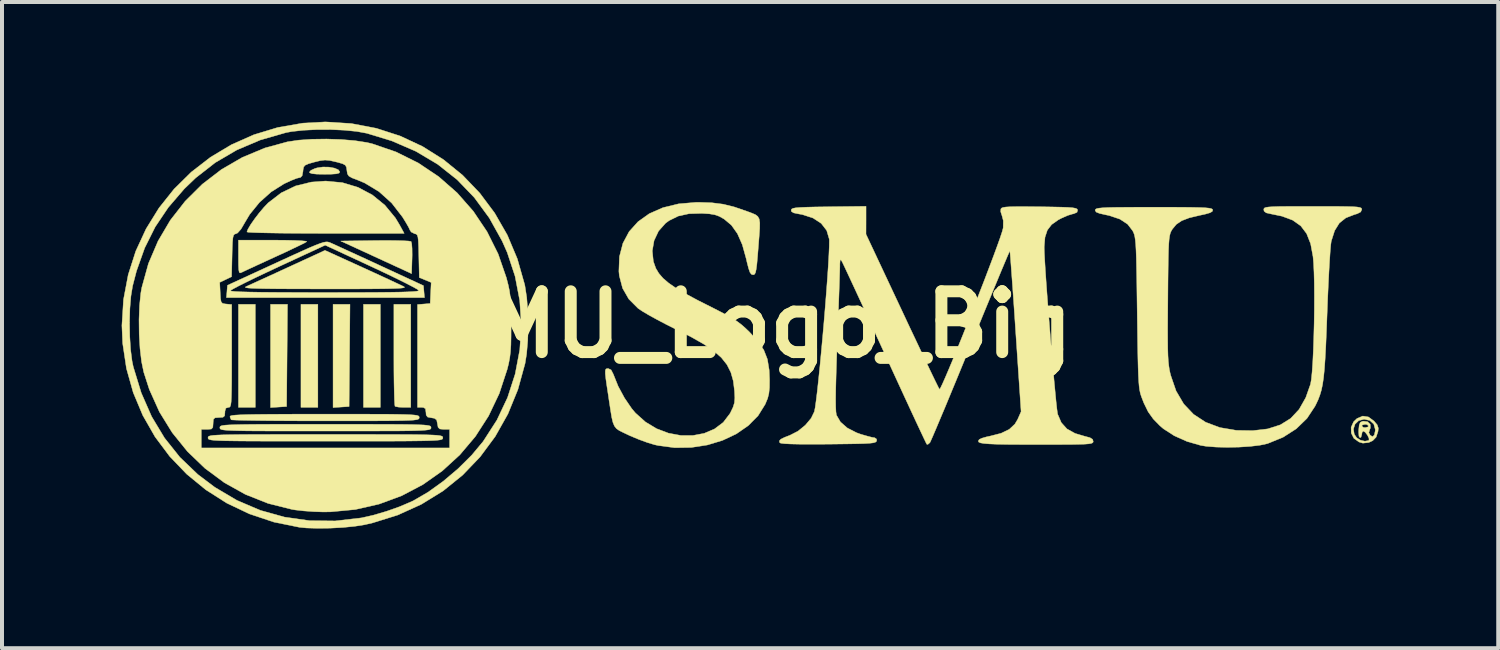
<source format=kicad_pcb>
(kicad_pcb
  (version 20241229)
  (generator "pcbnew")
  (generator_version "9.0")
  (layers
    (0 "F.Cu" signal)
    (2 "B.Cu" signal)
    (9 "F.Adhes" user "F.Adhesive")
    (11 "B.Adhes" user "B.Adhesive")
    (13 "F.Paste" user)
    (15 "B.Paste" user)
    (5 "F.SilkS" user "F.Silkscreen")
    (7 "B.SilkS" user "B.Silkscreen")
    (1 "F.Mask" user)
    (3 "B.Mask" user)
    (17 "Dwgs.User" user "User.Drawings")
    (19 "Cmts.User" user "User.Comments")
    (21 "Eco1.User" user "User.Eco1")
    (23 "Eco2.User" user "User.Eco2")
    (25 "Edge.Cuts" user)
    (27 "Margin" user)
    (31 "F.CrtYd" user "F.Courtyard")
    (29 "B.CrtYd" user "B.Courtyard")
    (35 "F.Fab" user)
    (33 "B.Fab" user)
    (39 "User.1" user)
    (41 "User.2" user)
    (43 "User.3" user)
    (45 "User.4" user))
  (footprint "SMU_Logo_Big"
    (layer "F.Cu")
    (at 15.753 5.085)
    (property "Reference" "SMU_Logo_Big" (at 0 0 0) (layer "F.SilkS") (effects (font (size 1.524 1.524) (thickness 0.3))))
    (attr through_hole)
    (fp_poly (pts (xy -12.404 2.074) (xy -12.827 2.074) (xy -12.827 -0.508) (xy -12.404 -0.508) (xy -12.404 2.074)) (stroke (width 0.01) (type solid)) (fill yes) (layer "F.SilkS"))
    (fp_poly (pts (xy -10.837 2.074) (xy -11.261 2.074) (xy -11.261 -0.508) (xy -10.837 -0.508) (xy -10.837 2.074)) (stroke (width 0.01) (type solid)) (fill yes) (layer "F.SilkS"))
    (fp_poly (pts (xy -9.271 2.074) (xy -9.694 2.074) (xy -9.694 -0.508) (xy -9.271 -0.508) (xy -9.271 2.074)) (stroke (width 0.01) (type solid)) (fill yes) (layer "F.SilkS"))
    (fp_poly (pts (xy -11.62 2.053) (xy -11.822 2.066) (xy -12.023 2.079) (xy -12.023 -0.508) (xy -11.598 -0.508) (xy -11.62 2.053)) (stroke (width 0.01) (type solid)) (fill yes) (layer "F.SilkS"))
    (fp_poly (pts (xy -10.054 2.053) (xy -10.255 2.066) (xy -10.456 2.079) (xy -10.456 -0.508) (xy -10.032 -0.508) (xy -10.054 2.053)) (stroke (width 0.01) (type solid)) (fill yes) (layer "F.SilkS"))
    (fp_poly (pts (xy -8.903 -2.107) (xy -8.71 -2.102) (xy -8.573 -2.095) (xy -8.504 -2.085) (xy -8.5 -2.082) (xy -8.485 -2.026) (xy -8.476 -1.907) (xy -8.474 -1.745) (xy -8.476 -1.661) (xy -8.488 -1.277) (xy -10.264 -2.095) (xy -9.4 -2.107) (xy -9.137 -2.109) (xy -8.903 -2.107)) (stroke (width 0.01) (type solid)) (fill yes) (layer "F.SilkS"))
    (fp_poly (pts (xy -8.509 2.074) (xy -8.692 2.074) (xy -8.811 2.068) (xy -8.891 2.053) (xy -8.904 2.046) (xy -8.911 1.998) (xy -8.918 1.876) (xy -8.923 1.691) (xy -8.928 1.453) (xy -8.931 1.174) (xy -8.932 0.863) (xy -8.932 0.755) (xy -8.932 -0.508) (xy -8.509 -0.508) (xy -8.509 2.074)) (stroke (width 0.01) (type solid)) (fill yes) (layer "F.SilkS"))
    (fp_poly (pts (xy -10.558 -3.947) (xy -10.421 -3.922) (xy -10.323 -3.88) (xy -10.287 -3.826) (xy -10.306 -3.797) (xy -10.373 -3.779) (xy -10.499 -3.77) (xy -10.668 -3.768) (xy -10.862 -3.771) (xy -10.982 -3.783) (xy -11.04 -3.804) (xy -11.049 -3.822) (xy -11.012 -3.865) (xy -10.918 -3.909) (xy -10.857 -3.928) (xy -10.711 -3.95) (xy -10.558 -3.947)) (stroke (width 0.01) (type solid)) (fill yes) (layer "F.SilkS"))
    (fp_poly (pts (xy -11.668 -2.115) (xy -11.434 -2.11) (xy -11.258 -2.102) (xy -11.148 -2.092) (xy -11.114 -2.08) (xy -11.115 -2.079) (xy -11.164 -2.05) (xy -11.278 -1.993) (xy -11.445 -1.913) (xy -11.651 -1.815) (xy -11.884 -1.708) (xy -11.917 -1.693) (xy -12.156 -1.583) (xy -12.372 -1.484) (xy -12.551 -1.401) (xy -12.682 -1.34) (xy -12.75 -1.307) (xy -12.753 -1.306) (xy -12.787 -1.295) (xy -12.808 -1.313) (xy -12.82 -1.374) (xy -12.826 -1.491) (xy -12.827 -1.679) (xy -12.827 -1.692) (xy -12.827 -2.117) (xy -11.951 -2.117) (xy -11.668 -2.115)) (stroke (width 0.01) (type solid)) (fill yes) (layer "F.SilkS"))
    (fp_poly (pts (xy -10.222 -3.558) (xy -9.83 -3.44) (xy -9.472 -3.25) (xy -9.157 -2.993) (xy -8.894 -2.674) (xy -8.791 -2.502) (xy -8.673 -2.286) (xy -10.644 -2.286) (xy -11.044 -2.287) (xy -11.416 -2.289) (xy -11.753 -2.292) (xy -12.046 -2.297) (xy -12.287 -2.302) (xy -12.468 -2.308) (xy -12.58 -2.315) (xy -12.615 -2.322) (xy -12.589 -2.392) (xy -12.52 -2.508) (xy -12.421 -2.65) (xy -12.306 -2.8) (xy -12.188 -2.94) (xy -12.081 -3.052) (xy -12.077 -3.055) (xy -11.754 -3.303) (xy -11.396 -3.475) (xy -11.001 -3.572) (xy -10.641 -3.598) (xy -10.222 -3.558)) (stroke (width 0.01) (type solid)) (fill yes) (layer "F.SilkS"))
    (fp_poly (pts (xy -9.721 -1.434) (xy -9.454 -1.312) (xy -9.208 -1.199) (xy -8.995 -1.1) (xy -8.826 -1.021) (xy -8.715 -0.968) (xy -8.678 -0.95) (xy -8.664 -0.936) (xy -8.678 -0.926) (xy -8.726 -0.917) (xy -8.814 -0.909) (xy -8.949 -0.904) (xy -9.136 -0.9) (xy -9.382 -0.897) (xy -9.692 -0.895) (xy -10.074 -0.894) (xy -10.532 -0.894) (xy -10.668 -0.894) (xy -11.147 -0.895) (xy -11.548 -0.896) (xy -11.876 -0.898) (xy -12.137 -0.901) (xy -12.338 -0.905) (xy -12.484 -0.91) (xy -12.582 -0.917) (xy -12.637 -0.926) (xy -12.656 -0.936) (xy -12.645 -0.949) (xy -12.636 -0.952) (xy -12.563 -0.986) (xy -12.425 -1.049) (xy -12.235 -1.136) (xy -12.005 -1.241) (xy -11.749 -1.359) (xy -11.584 -1.435) (xy -10.659 -1.861) (xy -9.721 -1.434)) (stroke (width 0.01) (type solid)) (fill yes) (layer "F.SilkS"))
    (fp_poly (pts (xy -10.161 2.244) (xy -9.731 2.244) (xy -9.373 2.245) (xy -9.081 2.246) (xy -8.847 2.249) (xy -8.664 2.253) (xy -8.528 2.258) (xy -8.43 2.265) (xy -8.365 2.273) (xy -8.325 2.284) (xy -8.305 2.298) (xy -8.298 2.313) (xy -8.297 2.328) (xy -8.299 2.347) (xy -8.308 2.362) (xy -8.332 2.375) (xy -8.376 2.385) (xy -8.447 2.394) (xy -8.553 2.4) (xy -8.699 2.405) (xy -8.891 2.408) (xy -9.138 2.411) (xy -9.445 2.412) (xy -9.818 2.413) (xy -10.265 2.413) (xy -10.64 2.413) (xy -11.077 2.413) (xy -11.489 2.411) (xy -11.868 2.409) (xy -12.206 2.406) (xy -12.494 2.402) (xy -12.727 2.398) (xy -12.895 2.393) (xy -12.99 2.388) (xy -13.01 2.385) (xy -13.037 2.321) (xy -13.039 2.3) (xy -13.026 2.288) (xy -12.984 2.277) (xy -12.906 2.268) (xy -12.788 2.261) (xy -12.622 2.255) (xy -12.404 2.251) (xy -12.126 2.248) (xy -11.784 2.246) (xy -11.371 2.244) (xy -10.882 2.244) (xy -10.668 2.244) (xy -10.161 2.244)) (stroke (width 0.01) (type solid)) (fill yes) (layer "F.SilkS"))
    (fp_poly (pts (xy -10.108 2.498) (xy -9.649 2.498) (xy -9.261 2.499) (xy -8.939 2.5) (xy -8.678 2.502) (xy -8.47 2.505) (xy -8.31 2.51) (xy -8.191 2.515) (xy -8.107 2.523) (xy -8.053 2.532) (xy -8.021 2.543) (xy -8.006 2.557) (xy -8.001 2.573) (xy -8.001 2.582) (xy -8.002 2.6) (xy -8.011 2.614) (xy -8.033 2.627) (xy -8.074 2.637) (xy -8.141 2.645) (xy -8.24 2.652) (xy -8.377 2.657) (xy -8.558 2.661) (xy -8.789 2.664) (xy -9.077 2.665) (xy -9.428 2.666) (xy -9.848 2.667) (xy -10.343 2.667) (xy -10.647 2.667) (xy -11.185 2.667) (xy -11.645 2.667) (xy -12.033 2.666) (xy -12.354 2.665) (xy -12.616 2.663) (xy -12.824 2.659) (xy -12.984 2.655) (xy -13.103 2.649) (xy -13.186 2.642) (xy -13.241 2.633) (xy -13.273 2.621) (xy -13.288 2.608) (xy -13.292 2.592) (xy -13.293 2.582) (xy -13.291 2.565) (xy -13.283 2.55) (xy -13.261 2.538) (xy -13.219 2.528) (xy -13.152 2.519) (xy -13.054 2.513) (xy -12.917 2.508) (xy -12.736 2.504) (xy -12.504 2.501) (xy -12.216 2.499) (xy -11.865 2.498) (xy -11.446 2.498) (xy -10.951 2.498) (xy -10.647 2.498) (xy -10.108 2.498)) (stroke (width 0.01) (type solid)) (fill yes) (layer "F.SilkS"))
    (fp_poly (pts (xy -10.077 2.752) (xy -9.586 2.752) (xy -9.168 2.753) (xy -8.816 2.754) (xy -8.527 2.755) (xy -8.292 2.758) (xy -8.107 2.762) (xy -7.965 2.767) (xy -7.862 2.773) (xy -7.79 2.781) (xy -7.744 2.791) (xy -7.719 2.802) (xy -7.708 2.815) (xy -7.705 2.831) (xy -7.705 2.836) (xy -7.706 2.853) (xy -7.714 2.867) (xy -7.735 2.879) (xy -7.774 2.889) (xy -7.837 2.897) (xy -7.931 2.904) (xy -8.06 2.909) (xy -8.231 2.913) (xy -8.451 2.916) (xy -8.723 2.919) (xy -9.055 2.92) (xy -9.453 2.921) (xy -9.921 2.921) (xy -10.467 2.921) (xy -10.647 2.921) (xy -11.217 2.921) (xy -11.708 2.921) (xy -12.126 2.92) (xy -12.477 2.919) (xy -12.767 2.917) (xy -13.002 2.914) (xy -13.187 2.911) (xy -13.328 2.906) (xy -13.432 2.9) (xy -13.504 2.892) (xy -13.549 2.882) (xy -13.575 2.871) (xy -13.586 2.857) (xy -13.589 2.842) (xy -13.589 2.836) (xy -13.588 2.82) (xy -13.58 2.806) (xy -13.559 2.794) (xy -13.52 2.784) (xy -13.457 2.775) (xy -13.363 2.769) (xy -13.234 2.763) (xy -13.062 2.759) (xy -12.843 2.756) (xy -12.57 2.754) (xy -12.238 2.753) (xy -11.841 2.752) (xy -11.372 2.752) (xy -10.827 2.752) (xy -10.647 2.752) (xy -10.077 2.752)) (stroke (width 0.01) (type solid)) (fill yes) (layer "F.SilkS"))
    (fp_poly (pts (xy -10.584 -2.071) (xy -10.545 -2.06) (xy -10.526 -2.052) (xy -10.454 -2.02) (xy -10.316 -1.957) (xy -10.124 -1.869) (xy -9.888 -1.761) (xy -9.62 -1.638) (xy -9.332 -1.505) (xy -9.292 -1.486) (xy -8.191 -0.977) (xy -8.178 -0.827) (xy -8.165 -0.677) (xy -13.128 -0.677) (xy -13.115 -0.831) (xy -13.114 -0.85) (xy -13.03 -0.85) (xy -13.004 -0.839) (xy -12.917 -0.83) (xy -12.764 -0.822) (xy -12.544 -0.816) (xy -12.252 -0.811) (xy -11.886 -0.808) (xy -11.444 -0.806) (xy -10.921 -0.804) (xy -10.668 -0.804) (xy -10.141 -0.805) (xy -9.693 -0.806) (xy -9.318 -0.808) (xy -9.012 -0.811) (xy -8.769 -0.815) (xy -8.584 -0.821) (xy -8.451 -0.828) (xy -8.364 -0.836) (xy -8.318 -0.846) (xy -8.308 -0.857) (xy -8.349 -0.888) (xy -8.458 -0.948) (xy -8.625 -1.035) (xy -8.84 -1.142) (xy -9.094 -1.265) (xy -9.377 -1.398) (xy -9.489 -1.451) (xy -10.653 -1.991) (xy -11.834 -1.444) (xy -12.128 -1.306) (xy -12.396 -1.179) (xy -12.629 -1.065) (xy -12.817 -0.971) (xy -12.951 -0.9) (xy -13.022 -0.858) (xy -13.03 -0.85) (xy -13.114 -0.85) (xy -13.102 -0.985) (xy -11.881 -1.547) (xy -11.542 -1.703) (xy -11.271 -1.826) (xy -11.06 -1.921) (xy -10.899 -1.989) (xy -10.779 -2.035) (xy -10.693 -2.062) (xy -10.631 -2.073) (xy -10.584 -2.071)) (stroke (width 0.01) (type solid)) (fill yes) (layer "F.SilkS"))
    (fp_poly (pts (xy 15.491 2.314) (xy 15.629 2.415) (xy 15.712 2.512) (xy 15.74 2.595) (xy 15.732 2.675) (xy 15.684 2.821) (xy 15.598 2.91) (xy 15.499 2.955) (xy 15.352 2.971) (xy 15.255 2.942) (xy 15.127 2.85) (xy 15.061 2.719) (xy 15.059 2.617) (xy 15.116 2.617) (xy 15.137 2.747) (xy 15.198 2.836) (xy 15.293 2.897) (xy 15.404 2.922) (xy 15.493 2.905) (xy 15.506 2.895) (xy 15.504 2.846) (xy 15.466 2.769) (xy 15.411 2.698) (xy 15.362 2.667) (xy 15.362 2.667) (xy 15.332 2.702) (xy 15.325 2.752) (xy 15.306 2.82) (xy 15.28 2.836) (xy 15.254 2.797) (xy 15.246 2.692) (xy 15.248 2.635) (xy 15.258 2.54) (xy 15.325 2.54) (xy 15.36 2.574) (xy 15.409 2.582) (xy 15.478 2.565) (xy 15.494 2.54) (xy 15.459 2.506) (xy 15.409 2.498) (xy 15.341 2.515) (xy 15.325 2.54) (xy 15.258 2.54) (xy 15.262 2.511) (xy 15.289 2.448) (xy 15.344 2.423) (xy 15.365 2.42) (xy 15.472 2.435) (xy 15.537 2.5) (xy 15.542 2.591) (xy 15.526 2.626) (xy 15.501 2.708) (xy 15.535 2.771) (xy 15.594 2.808) (xy 15.639 2.768) (xy 15.662 2.663) (xy 15.663 2.628) (xy 15.626 2.494) (xy 15.527 2.403) (xy 15.384 2.371) (xy 15.249 2.406) (xy 15.156 2.495) (xy 15.116 2.617) (xy 15.059 2.617) (xy 15.058 2.573) (xy 15.12 2.435) (xy 15.204 2.354) (xy 15.349 2.292) (xy 15.491 2.314)) (stroke (width 0.01) (type solid)) (fill yes) (layer "F.SilkS"))
    (fp_poly (pts (xy -9.997 -5.039) (xy -9.372 -4.92) (xy -8.775 -4.727) (xy -8.212 -4.464) (xy -7.689 -4.135) (xy -7.21 -3.745) (xy -6.78 -3.297) (xy -6.405 -2.795) (xy -6.089 -2.245) (xy -5.838 -1.649) (xy -5.657 -1.013) (xy -5.648 -0.974) (xy -5.603 -0.682) (xy -5.576 -0.337) (xy -5.567 0.034) (xy -5.577 0.401) (xy -5.606 0.737) (xy -5.644 0.974) (xy -5.824 1.628) (xy -6.074 2.239) (xy -6.391 2.802) (xy -6.77 3.314) (xy -7.208 3.771) (xy -7.7 4.169) (xy -8.244 4.504) (xy -8.836 4.773) (xy -9.471 4.971) (xy -9.673 5.017) (xy -9.915 5.055) (xy -10.209 5.084) (xy -10.525 5.101) (xy -10.837 5.105) (xy -11.116 5.097) (xy -11.296 5.08) (xy -11.94 4.949) (xy -12.55 4.745) (xy -13.12 4.474) (xy -13.646 4.139) (xy -14.124 3.747) (xy -14.55 3.303) (xy -14.918 2.811) (xy -15.224 2.276) (xy -15.464 1.704) (xy -15.634 1.1) (xy -15.729 0.468) (xy -15.748 0.021) (xy -15.743 -0.056) (xy -15.557 -0.056) (xy -15.551 0.294) (xy -15.53 0.626) (xy -15.493 0.915) (xy -15.463 1.058) (xy -15.263 1.711) (xy -15.003 2.304) (xy -14.68 2.841) (xy -14.295 3.324) (xy -13.845 3.755) (xy -13.423 4.074) (xy -12.866 4.404) (xy -12.281 4.654) (xy -11.672 4.824) (xy -11.045 4.913) (xy -10.402 4.92) (xy -9.749 4.844) (xy -9.746 4.844) (xy -9.446 4.776) (xy -9.114 4.678) (xy -8.786 4.562) (xy -8.498 4.439) (xy -8.445 4.414) (xy -8.075 4.199) (xy -7.694 3.925) (xy -7.323 3.611) (xy -6.984 3.275) (xy -6.7 2.935) (xy -6.692 2.924) (xy -6.35 2.393) (xy -6.083 1.828) (xy -5.892 1.238) (xy -5.777 0.631) (xy -5.738 0.015) (xy -5.778 -0.603) (xy -5.895 -1.213) (xy -6.092 -1.809) (xy -6.219 -2.095) (xy -6.54 -2.672) (xy -6.916 -3.184) (xy -7.348 -3.633) (xy -7.836 -4.019) (xy -8.381 -4.343) (xy -8.984 -4.604) (xy -9.61 -4.795) (xy -9.861 -4.841) (xy -10.17 -4.872) (xy -10.512 -4.888) (xy -10.863 -4.887) (xy -11.197 -4.871) (xy -11.489 -4.839) (xy -11.635 -4.812) (xy -12.278 -4.627) (xy -12.867 -4.377) (xy -13.407 -4.061) (xy -13.9 -3.676) (xy -14.185 -3.402) (xy -14.585 -2.937) (xy -14.914 -2.448) (xy -15.177 -1.921) (xy -15.382 -1.344) (xy -15.48 -0.967) (xy -15.522 -0.712) (xy -15.548 -0.4) (xy -15.557 -0.056) (xy -15.743 -0.056) (xy -15.708 -0.627) (xy -15.59 -1.25) (xy -15.4 -1.843) (xy -15.141 -2.402) (xy -14.82 -2.921) (xy -14.441 -3.397) (xy -14.009 -3.823) (xy -13.528 -4.195) (xy -13.003 -4.509) (xy -12.44 -4.759) (xy -11.843 -4.94) (xy -11.216 -5.049) (xy -10.647 -5.08) (xy -9.997 -5.039)) (stroke (width 0.01) (type solid)) (fill yes) (layer "F.SilkS"))
    (fp_poly (pts (xy -0.966 -3.054) (xy -0.681 -3.018) (xy -0.399 -2.948) (xy -0.085 -2.84) (xy 0.039 -2.794) (xy 0.128 -2.756) (xy 0.188 -2.711) (xy 0.223 -2.648) (xy 0.238 -2.551) (xy 0.236 -2.409) (xy 0.222 -2.208) (xy 0.203 -1.965) (xy 0.182 -1.703) (xy 0.165 -1.513) (xy 0.148 -1.385) (xy 0.131 -1.306) (xy 0.11 -1.265) (xy 0.084 -1.25) (xy 0.068 -1.249) (xy 0.027 -1.262) (xy -0.008 -1.309) (xy -0.042 -1.407) (xy -0.083 -1.567) (xy -0.102 -1.651) (xy -0.2 -2.003) (xy -0.322 -2.28) (xy -0.472 -2.491) (xy -0.654 -2.644) (xy -0.657 -2.646) (xy -0.776 -2.713) (xy -0.888 -2.753) (xy -1.025 -2.776) (xy -1.211 -2.788) (xy -1.536 -2.779) (xy -1.805 -2.72) (xy -2.034 -2.607) (xy -2.125 -2.54) (xy -2.299 -2.344) (xy -2.411 -2.106) (xy -2.456 -1.847) (xy -2.429 -1.584) (xy -2.367 -1.41) (xy -2.292 -1.285) (xy -2.189 -1.164) (xy -2.048 -1.043) (xy -1.86 -0.913) (xy -1.616 -0.77) (xy -1.308 -0.605) (xy -1.105 -0.503) (xy -0.832 -0.365) (xy -0.621 -0.255) (xy -0.458 -0.163) (xy -0.329 -0.08) (xy -0.219 0.003) (xy -0.115 0.095) (xy -0.019 0.187) (xy 0.193 0.418) (xy 0.339 0.637) (xy 0.429 0.868) (xy 0.473 1.136) (xy 0.483 1.376) (xy 0.481 1.577) (xy 0.466 1.725) (xy 0.435 1.849) (xy 0.38 1.982) (xy 0.372 2) (xy 0.195 2.284) (xy -0.05 2.531) (xy -0.35 2.739) (xy -0.696 2.902) (xy -1.076 3.017) (xy -1.478 3.079) (xy -1.893 3.085) (xy -2.308 3.03) (xy -2.399 3.01) (xy -2.584 2.954) (xy -2.802 2.874) (xy -3.015 2.785) (xy -3.061 2.763) (xy -3.19 2.702) (xy -3.286 2.654) (xy -3.355 2.605) (xy -3.405 2.541) (xy -3.442 2.451) (xy -3.473 2.321) (xy -3.503 2.137) (xy -3.541 1.888) (xy -3.555 1.791) (xy -3.594 1.537) (xy -3.62 1.354) (xy -3.633 1.231) (xy -3.633 1.156) (xy -3.621 1.117) (xy -3.596 1.103) (xy -3.559 1.101) (xy -3.488 1.135) (xy -3.432 1.243) (xy -3.426 1.259) (xy -3.311 1.545) (xy -3.153 1.838) (xy -2.973 2.102) (xy -2.878 2.215) (xy -2.628 2.439) (xy -2.348 2.608) (xy -2.049 2.721) (xy -1.742 2.778) (xy -1.44 2.779) (xy -1.154 2.725) (xy -0.896 2.615) (xy -0.677 2.45) (xy -0.509 2.229) (xy -0.494 2.201) (xy -0.431 2.069) (xy -0.397 1.959) (xy -0.387 1.838) (xy -0.395 1.67) (xy -0.396 1.657) (xy -0.426 1.412) (xy -0.487 1.197) (xy -0.584 1.005) (xy -0.725 0.827) (xy -0.919 0.657) (xy -1.172 0.485) (xy -1.492 0.304) (xy -1.841 0.128) (xy -2.092 0.003) (xy -2.33 -0.122) (xy -2.541 -0.238) (xy -2.708 -0.337) (xy -2.814 -0.409) (xy -2.815 -0.41) (xy -3.045 -0.641) (xy -3.2 -0.911) (xy -3.282 -1.223) (xy -3.293 -1.334) (xy -3.279 -1.704) (xy -3.192 -2.038) (xy -3.036 -2.331) (xy -2.813 -2.579) (xy -2.53 -2.781) (xy -2.189 -2.931) (xy -1.794 -3.027) (xy -1.351 -3.065) (xy -1.291 -3.065) (xy -0.966 -3.054)) (stroke (width 0.01) (type solid)) (fill yes) (layer "F.SilkS"))
    (fp_poly (pts (xy 14.451 -2.963) (xy 14.73 -2.962) (xy 14.943 -2.959) (xy 15.097 -2.955) (xy 15.204 -2.948) (xy 15.27 -2.937) (xy 15.307 -2.923) (xy 15.322 -2.905) (xy 15.325 -2.884) (xy 15.298 -2.823) (xy 15.21 -2.778) (xy 15.141 -2.758) (xy 14.926 -2.675) (xy 14.763 -2.545) (xy 14.645 -2.355) (xy 14.562 -2.096) (xy 14.56 -2.089) (xy 14.548 -2.001) (xy 14.534 -1.838) (xy 14.519 -1.613) (xy 14.503 -1.336) (xy 14.487 -1.017) (xy 14.471 -0.667) (xy 14.457 -0.298) (xy 14.456 -0.275) (xy 14.439 0.177) (xy 14.423 0.554) (xy 14.406 0.866) (xy 14.388 1.121) (xy 14.367 1.329) (xy 14.342 1.5) (xy 14.312 1.643) (xy 14.275 1.767) (xy 14.231 1.883) (xy 14.177 1.998) (xy 14.153 2.046) (xy 13.952 2.35) (xy 13.683 2.611) (xy 13.352 2.823) (xy 12.967 2.98) (xy 12.954 2.984) (xy 12.771 3.023) (xy 12.528 3.052) (xy 12.249 3.07) (xy 11.956 3.076) (xy 11.675 3.069) (xy 11.429 3.05) (xy 11.288 3.027) (xy 10.947 2.929) (xy 10.628 2.787) (xy 10.355 2.611) (xy 10.269 2.538) (xy 10.1 2.365) (xy 9.972 2.186) (xy 9.866 1.97) (xy 9.813 1.835) (xy 9.791 1.773) (xy 9.772 1.708) (xy 9.757 1.634) (xy 9.745 1.542) (xy 9.735 1.423) (xy 9.727 1.269) (xy 9.72 1.072) (xy 9.714 0.823) (xy 9.708 0.515) (xy 9.703 0.138) (xy 9.697 -0.296) (xy 9.691 -0.746) (xy 9.686 -1.119) (xy 9.68 -1.423) (xy 9.675 -1.667) (xy 9.668 -1.858) (xy 9.66 -2.005) (xy 9.65 -2.115) (xy 9.638 -2.196) (xy 9.624 -2.257) (xy 9.606 -2.305) (xy 9.585 -2.348) (xy 9.585 -2.349) (xy 9.456 -2.517) (xy 9.264 -2.643) (xy 9.001 -2.732) (xy 8.902 -2.753) (xy 8.751 -2.787) (xy 8.67 -2.82) (xy 8.644 -2.858) (xy 8.645 -2.873) (xy 8.655 -2.892) (xy 8.683 -2.907) (xy 8.738 -2.918) (xy 8.827 -2.927) (xy 8.958 -2.934) (xy 9.141 -2.938) (xy 9.382 -2.94) (xy 9.691 -2.942) (xy 10.076 -2.942) (xy 10.118 -2.942) (xy 10.511 -2.942) (xy 10.827 -2.941) (xy 11.075 -2.938) (xy 11.263 -2.934) (xy 11.4 -2.928) (xy 11.492 -2.919) (xy 11.549 -2.908) (xy 11.579 -2.893) (xy 11.59 -2.875) (xy 11.59 -2.874) (xy 11.579 -2.837) (xy 11.521 -2.803) (xy 11.404 -2.769) (xy 11.257 -2.737) (xy 11.001 -2.676) (xy 10.813 -2.604) (xy 10.678 -2.513) (xy 10.579 -2.394) (xy 10.564 -2.369) (xy 10.541 -2.328) (xy 10.523 -2.28) (xy 10.509 -2.219) (xy 10.497 -2.134) (xy 10.488 -2.017) (xy 10.481 -1.86) (xy 10.476 -1.653) (xy 10.472 -1.388) (xy 10.468 -1.056) (xy 10.465 -0.648) (xy 10.465 -0.641) (xy 10.462 -0.228) (xy 10.46 0.11) (xy 10.461 0.383) (xy 10.463 0.601) (xy 10.468 0.774) (xy 10.476 0.912) (xy 10.488 1.024) (xy 10.502 1.12) (xy 10.521 1.21) (xy 10.537 1.273) (xy 10.671 1.662) (xy 10.862 1.987) (xy 11.109 2.248) (xy 11.411 2.446) (xy 11.768 2.58) (xy 12.179 2.65) (xy 12.594 2.657) (xy 12.969 2.613) (xy 13.284 2.512) (xy 13.543 2.351) (xy 13.754 2.125) (xy 13.921 1.83) (xy 14.04 1.493) (xy 14.061 1.375) (xy 14.08 1.186) (xy 14.097 0.938) (xy 14.111 0.646) (xy 14.122 0.322) (xy 14.131 -0.02) (xy 14.136 -0.367) (xy 14.137 -0.706) (xy 14.135 -1.024) (xy 14.128 -1.307) (xy 14.117 -1.541) (xy 14.103 -1.703) (xy 14.043 -2.026) (xy 13.943 -2.28) (xy 13.796 -2.474) (xy 13.594 -2.617) (xy 13.326 -2.717) (xy 13.049 -2.774) (xy 12.93 -2.801) (xy 12.877 -2.843) (xy 12.869 -2.882) (xy 12.873 -2.906) (xy 12.888 -2.924) (xy 12.926 -2.938) (xy 12.994 -2.948) (xy 13.102 -2.955) (xy 13.259 -2.96) (xy 13.473 -2.962) (xy 13.754 -2.963) (xy 14.097 -2.963) (xy 14.451 -2.963)) (stroke (width 0.01) (type solid)) (fill yes) (layer "F.SilkS"))
    (fp_poly (pts (xy -10.254 -4.639) (xy -9.908 -4.61) (xy -9.609 -4.564) (xy -9.477 -4.533) (xy -8.879 -4.328) (xy -8.321 -4.051) (xy -7.809 -3.708) (xy -7.347 -3.303) (xy -6.941 -2.841) (xy -6.597 -2.329) (xy -6.319 -1.772) (xy -6.112 -1.173) (xy -6.107 -1.152) (xy -6.065 -0.989) (xy -6.035 -0.846) (xy -6.015 -0.7) (xy -6.003 -0.534) (xy -5.997 -0.326) (xy -5.994 -0.057) (xy -5.994 0) (xy -5.995 0.286) (xy -5.999 0.507) (xy -6.01 0.682) (xy -6.028 0.831) (xy -6.055 0.974) (xy -6.092 1.122) (xy -6.291 1.728) (xy -6.559 2.29) (xy -6.889 2.803) (xy -7.278 3.263) (xy -7.719 3.667) (xy -8.206 4.01) (xy -8.736 4.289) (xy -9.302 4.498) (xy -9.899 4.634) (xy -10.522 4.693) (xy -10.71 4.695) (xy -10.944 4.687) (xy -11.19 4.669) (xy -11.409 4.644) (xy -11.487 4.631) (xy -12.085 4.481) (xy -12.652 4.256) (xy -13.181 3.961) (xy -13.667 3.601) (xy -14.103 3.182) (xy -14.485 2.71) (xy -14.538 2.625) (xy -13.758 2.625) (xy -13.758 3.09) (xy -7.535 3.09) (xy -7.535 2.625) (xy -7.681 2.625) (xy -7.78 2.616) (xy -7.824 2.575) (xy -7.84 2.487) (xy -7.86 2.39) (xy -7.915 2.348) (xy -7.99 2.336) (xy -8.086 2.317) (xy -8.123 2.268) (xy -8.128 2.199) (xy -8.14 2.109) (xy -8.19 2.077) (xy -8.234 2.074) (xy -8.34 2.074) (xy -8.34 -0.503) (xy -8.181 -0.516) (xy -8.022 -0.529) (xy -8.01 -0.792) (xy -7.997 -1.056) (xy -8.146 -1.118) (xy -8.295 -1.18) (xy -8.307 -1.722) (xy -8.312 -1.945) (xy -8.319 -2.097) (xy -8.33 -2.193) (xy -8.348 -2.245) (xy -8.374 -2.269) (xy -8.412 -2.278) (xy -8.497 -2.32) (xy -8.53 -2.369) (xy -8.564 -2.443) (xy -8.632 -2.561) (xy -8.716 -2.697) (xy -8.988 -3.048) (xy -9.305 -3.333) (xy -9.661 -3.548) (xy -9.842 -3.624) (xy -9.981 -3.677) (xy -10.059 -3.722) (xy -10.095 -3.775) (xy -10.109 -3.855) (xy -10.109 -3.864) (xy -10.121 -3.945) (xy -10.15 -3.996) (xy -10.217 -4.032) (xy -10.342 -4.068) (xy -10.388 -4.079) (xy -10.541 -4.114) (xy -10.657 -4.124) (xy -10.774 -4.11) (xy -10.925 -4.073) (xy -11.07 -4.032) (xy -11.153 -3.996) (xy -11.192 -3.951) (xy -11.207 -3.881) (xy -11.21 -3.841) (xy -11.231 -3.731) (xy -11.274 -3.687) (xy -11.3 -3.683) (xy -11.372 -3.665) (xy -11.496 -3.616) (xy -11.647 -3.547) (xy -11.686 -3.528) (xy -12.007 -3.326) (xy -12.301 -3.063) (xy -12.546 -2.761) (xy -12.658 -2.573) (xy -12.763 -2.393) (xy -12.849 -2.296) (xy -12.89 -2.277) (xy -12.926 -2.266) (xy -12.95 -2.237) (xy -12.966 -2.175) (xy -12.976 -2.066) (xy -12.983 -1.896) (xy -12.987 -1.732) (xy -12.999 -1.2) (xy -13.148 -1.129) (xy -13.297 -1.058) (xy -13.284 -0.793) (xy -13.276 -0.649) (xy -13.26 -0.569) (xy -13.226 -0.532) (xy -13.163 -0.519) (xy -13.134 -0.516) (xy -12.996 -0.503) (xy -12.996 0.786) (xy -12.996 1.15) (xy -12.997 1.438) (xy -13 1.659) (xy -13.004 1.821) (xy -13.01 1.935) (xy -13.02 2.008) (xy -13.033 2.05) (xy -13.05 2.069) (xy -13.072 2.074) (xy -13.081 2.074) (xy -13.143 2.094) (xy -13.165 2.169) (xy -13.166 2.201) (xy -13.174 2.287) (xy -13.216 2.322) (xy -13.314 2.328) (xy -13.413 2.335) (xy -13.454 2.372) (xy -13.462 2.465) (xy -13.462 2.477) (xy -13.469 2.576) (xy -13.506 2.617) (xy -13.599 2.625) (xy -13.61 2.625) (xy -13.758 2.625) (xy -14.538 2.625) (xy -14.807 2.189) (xy -15.061 1.624) (xy -15.201 1.191) (xy -15.256 0.925) (xy -15.294 0.6) (xy -15.315 0.242) (xy -15.319 -0.126) (xy -15.306 -0.479) (xy -15.274 -0.791) (xy -15.249 -0.931) (xy -15.083 -1.53) (xy -14.842 -2.094) (xy -14.534 -2.617) (xy -14.162 -3.093) (xy -13.734 -3.518) (xy -13.255 -3.886) (xy -12.729 -4.191) (xy -12.163 -4.427) (xy -11.599 -4.581) (xy -11.318 -4.623) (xy -10.983 -4.646) (xy -10.62 -4.651) (xy -10.254 -4.639)) (stroke (width 0.01) (type solid)) (fill yes) (layer "F.SilkS"))
    (fp_poly (pts (xy 2.901 -2.615) (xy 2.9 -2.265) (xy 3.805 -0.339) (xy 3.982 0.039) (xy 4.15 0.393) (xy 4.303 0.717) (xy 4.439 1.003) (xy 4.554 1.244) (xy 4.645 1.432) (xy 4.708 1.559) (xy 4.739 1.619) (xy 4.741 1.622) (xy 4.764 1.593) (xy 4.812 1.494) (xy 4.884 1.332) (xy 4.975 1.119) (xy 5.083 0.861) (xy 5.202 0.569) (xy 5.331 0.251) (xy 5.464 -0.085) (xy 5.6 -0.429) (xy 5.734 -0.772) (xy 5.864 -1.106) (xy 5.984 -1.422) (xy 6.093 -1.71) (xy 6.186 -1.963) (xy 6.26 -2.17) (xy 6.311 -2.324) (xy 6.336 -2.415) (xy 6.338 -2.426) (xy 6.341 -2.606) (xy 6.308 -2.73) (xy 6.276 -2.829) (xy 6.28 -2.898) (xy 6.297 -2.92) (xy 6.335 -2.936) (xy 6.406 -2.947) (xy 6.518 -2.954) (xy 6.684 -2.957) (xy 6.912 -2.957) (xy 7.214 -2.954) (xy 7.248 -2.954) (xy 7.556 -2.949) (xy 7.789 -2.944) (xy 7.959 -2.938) (xy 8.075 -2.929) (xy 8.147 -2.916) (xy 8.186 -2.9) (xy 8.202 -2.878) (xy 8.204 -2.87) (xy 8.188 -2.814) (xy 8.105 -2.778) (xy 8.073 -2.772) (xy 7.953 -2.735) (xy 7.803 -2.669) (xy 7.717 -2.624) (xy 7.552 -2.507) (xy 7.445 -2.368) (xy 7.386 -2.189) (xy 7.366 -1.951) (xy 7.366 -1.92) (xy 7.37 -1.797) (xy 7.38 -1.607) (xy 7.395 -1.36) (xy 7.415 -1.067) (xy 7.439 -0.738) (xy 7.466 -0.383) (xy 7.495 -0.014) (xy 7.525 0.36) (xy 7.555 0.728) (xy 7.585 1.08) (xy 7.614 1.404) (xy 7.641 1.691) (xy 7.664 1.93) (xy 7.684 2.111) (xy 7.699 2.223) (xy 7.705 2.249) (xy 7.795 2.457) (xy 7.937 2.614) (xy 8.141 2.727) (xy 8.38 2.798) (xy 8.512 2.833) (xy 8.578 2.874) (xy 8.594 2.925) (xy 8.591 2.946) (xy 8.576 2.964) (xy 8.542 2.978) (xy 8.479 2.988) (xy 8.379 2.996) (xy 8.234 3) (xy 8.035 3.004) (xy 7.774 3.005) (xy 7.442 3.006) (xy 7.178 3.006) (xy 6.772 3.005) (xy 6.444 3.003) (xy 6.187 2.998) (xy 5.993 2.99) (xy 5.856 2.979) (xy 5.768 2.964) (xy 5.724 2.943) (xy 5.715 2.917) (xy 5.734 2.885) (xy 5.743 2.876) (xy 5.804 2.847) (xy 5.918 2.814) (xy 6.011 2.794) (xy 6.287 2.723) (xy 6.49 2.625) (xy 6.631 2.493) (xy 6.701 2.375) (xy 6.787 2.18) (xy 6.651 0.171) (xy 6.624 -0.233) (xy 6.598 -0.609) (xy 6.574 -0.951) (xy 6.552 -1.25) (xy 6.534 -1.497) (xy 6.52 -1.685) (xy 6.51 -1.805) (xy 6.505 -1.849) (xy 6.505 -1.849) (xy 6.488 -1.813) (xy 6.441 -1.705) (xy 6.368 -1.532) (xy 6.271 -1.301) (xy 6.154 -1.018) (xy 6.018 -0.69) (xy 5.867 -0.325) (xy 5.704 0.073) (xy 5.531 0.495) (xy 5.523 0.516) (xy 5.348 0.941) (xy 5.182 1.345) (xy 5.027 1.719) (xy 4.887 2.058) (xy 4.763 2.352) (xy 4.66 2.597) (xy 4.58 2.784) (xy 4.526 2.907) (xy 4.502 2.958) (xy 4.501 2.959) (xy 4.45 3.002) (xy 4.424 2.999) (xy 4.402 2.957) (xy 4.348 2.844) (xy 4.265 2.668) (xy 4.156 2.436) (xy 4.025 2.154) (xy 3.875 1.83) (xy 3.709 1.47) (xy 3.53 1.081) (xy 3.371 0.734) (xy 3.182 0.324) (xy 3.004 -0.065) (xy 2.838 -0.425) (xy 2.688 -0.749) (xy 2.557 -1.031) (xy 2.449 -1.263) (xy 2.367 -1.438) (xy 2.314 -1.549) (xy 2.295 -1.587) (xy 2.267 -1.626) (xy 2.251 -1.607) (xy 2.245 -1.518) (xy 2.245 -1.46) (xy 2.243 -1.372) (xy 2.238 -1.209) (xy 2.231 -0.982) (xy 2.221 -0.703) (xy 2.21 -0.381) (xy 2.197 -0.027) (xy 2.183 0.349) (xy 2.179 0.442) (xy 2.162 0.912) (xy 2.15 1.303) (xy 2.142 1.621) (xy 2.139 1.87) (xy 2.141 2.056) (xy 2.147 2.184) (xy 2.158 2.26) (xy 2.161 2.27) (xy 2.26 2.44) (xy 2.431 2.59) (xy 2.665 2.71) (xy 2.777 2.75) (xy 2.927 2.793) (xy 3.05 2.825) (xy 3.119 2.836) (xy 3.165 2.869) (xy 3.167 2.91) (xy 3.157 2.932) (xy 3.131 2.949) (xy 3.08 2.963) (xy 2.993 2.973) (xy 2.863 2.981) (xy 2.68 2.986) (xy 2.434 2.99) (xy 2.117 2.994) (xy 1.96 2.996) (xy 1.567 2.998) (xy 1.255 2.997) (xy 1.02 2.992) (xy 0.858 2.984) (xy 0.765 2.972) (xy 0.739 2.96) (xy 0.728 2.916) (xy 0.763 2.874) (xy 0.856 2.827) (xy 0.995 2.773) (xy 1.196 2.67) (xy 1.38 2.52) (xy 1.525 2.347) (xy 1.606 2.18) (xy 1.626 2.08) (xy 1.65 1.907) (xy 1.679 1.671) (xy 1.71 1.383) (xy 1.744 1.055) (xy 1.778 0.696) (xy 1.813 0.318) (xy 1.847 -0.069) (xy 1.879 -0.453) (xy 1.908 -0.824) (xy 1.934 -1.171) (xy 1.955 -1.482) (xy 1.97 -1.748) (xy 1.979 -1.957) (xy 1.981 -2.099) (xy 1.979 -2.143) (xy 1.915 -2.359) (xy 1.778 -2.536) (xy 1.574 -2.67) (xy 1.305 -2.758) (xy 1.213 -2.774) (xy 1.087 -2.8) (xy 1.031 -2.835) (xy 1.025 -2.873) (xy 1.038 -2.896) (xy 1.072 -2.914) (xy 1.14 -2.927) (xy 1.25 -2.936) (xy 1.412 -2.943) (xy 1.638 -2.949) (xy 1.938 -2.953) (xy 1.97 -2.954) (xy 2.901 -2.965) (xy 2.901 -2.615)) (stroke (width 0.01) (type solid)) (fill yes) (layer "F.SilkS")))
  (gr_rect
    (start -3 -3)
    (end 34.498 13.195)
    (stroke (width 0.1) (type default))
    (fill no)
    (layer "Edge.Cuts")))
</source>
